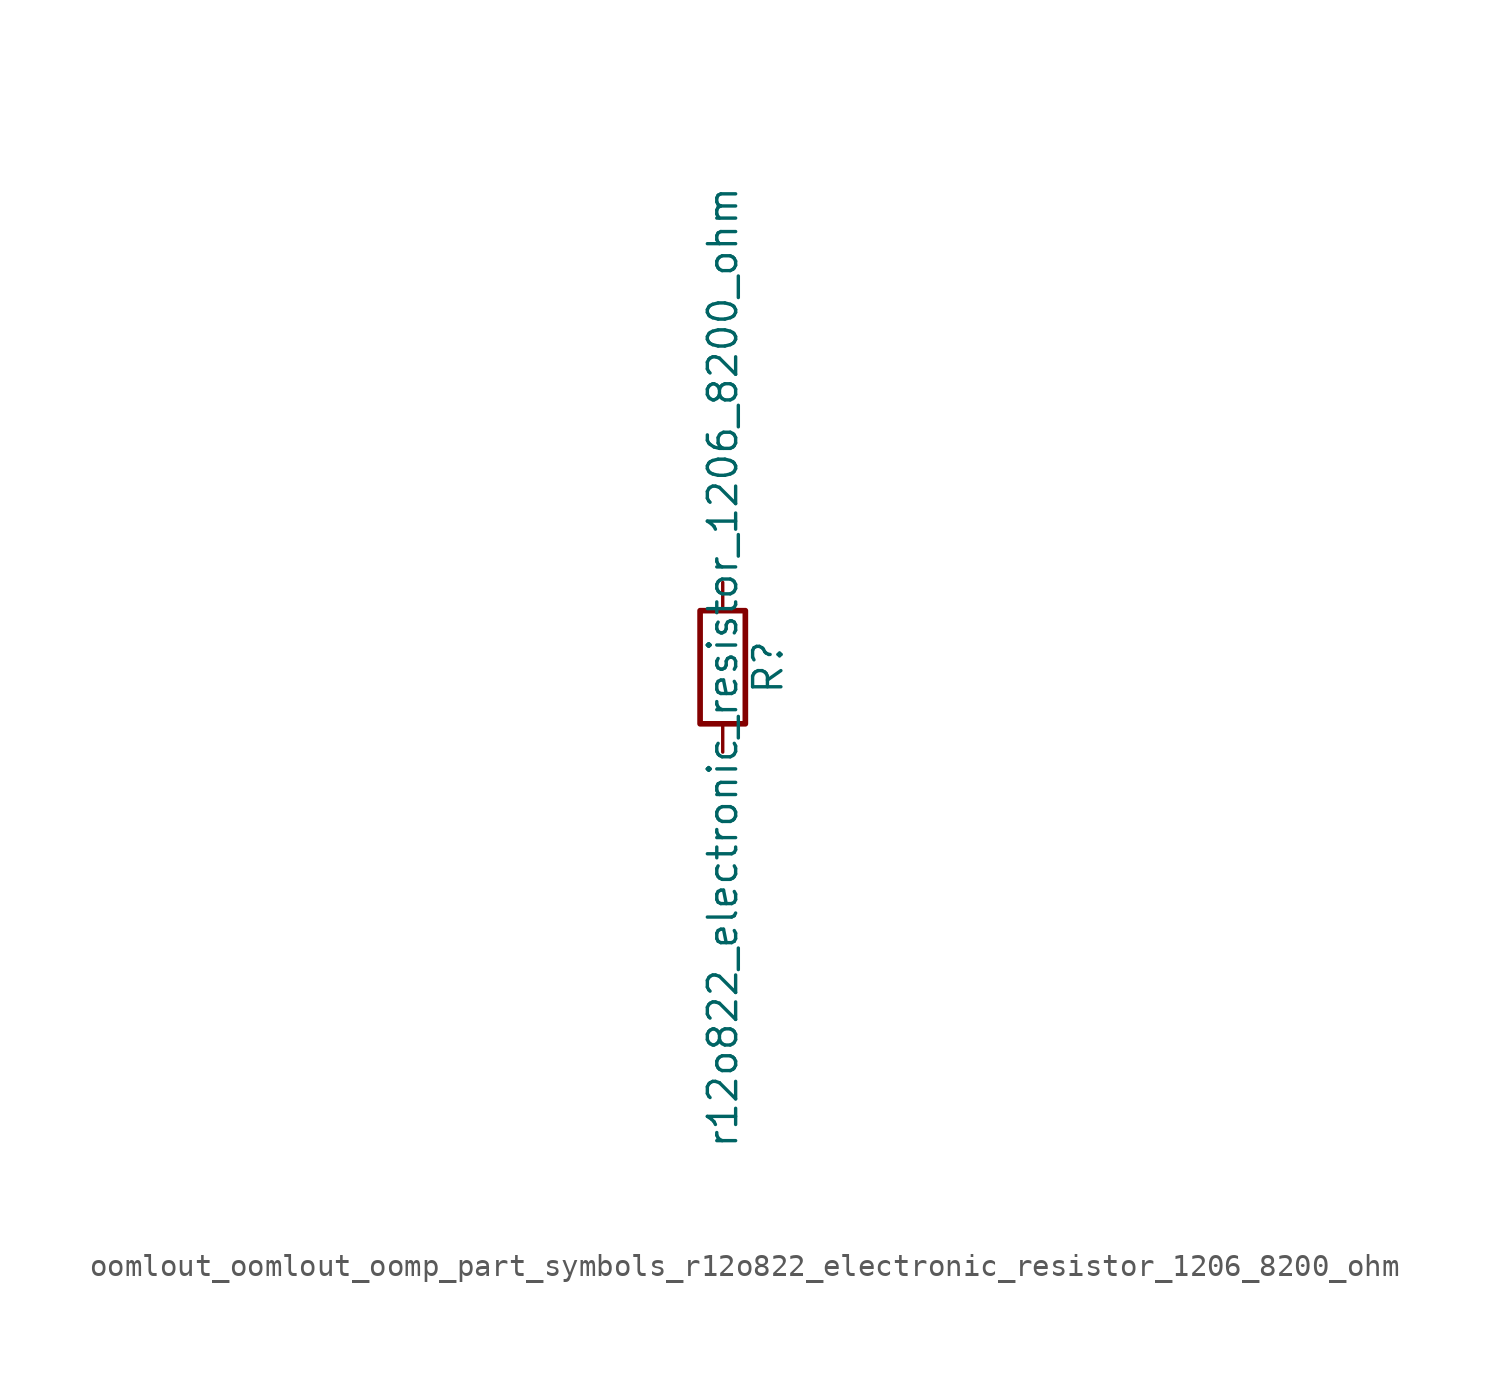
<source format=kicad_sym>
(kicad_symbol_lib
  (version 20220914)
  (generator kicad_symbol_editor)
  (symbol "oomlout_oomlout_oomp_part_symbols_r12o822_electronic_resistor_1206_8200_ohm"
    (pin_numbers hide)
    (pin_names
      (offset 0))
    (property "Reference" "R"
      (at 2.032 0 90)
      (effects (font (size 1.27 1.27))))
    (property "Value" "r12o822_electronic_resistor_1206_8200_ohm"
      (at 0 0 90)
      (effects (font (size 1.27 1.27))))
    (symbol "oomlout_oomlout_oomp_part_symbols_r12o822_electronic_resistor_1206_8200_ohm_0_1"
      (rectangle (start -1.016 -2.54) (end 1.016 2.54) (stroke (width 0.254) (type default)) (fill (type none))))
    (symbol "oomlout_oomlout_oomp_part_symbols_r12o822_electronic_resistor_1206_8200_ohm_1_1"
      (pin passive line (at 0 3.81 270) (length 1.27) (name "~" (effects (font (size 1.27 1.27)))) (number "1" (effects (font (size 1.27 1.27)))))
      (pin passive line (at 0 -3.81 90) (length 1.27) (name "~" (effects (font (size 1.27 1.27)))) (number "2" (effects (font (size 1.27 1.27))))))))
</source>
